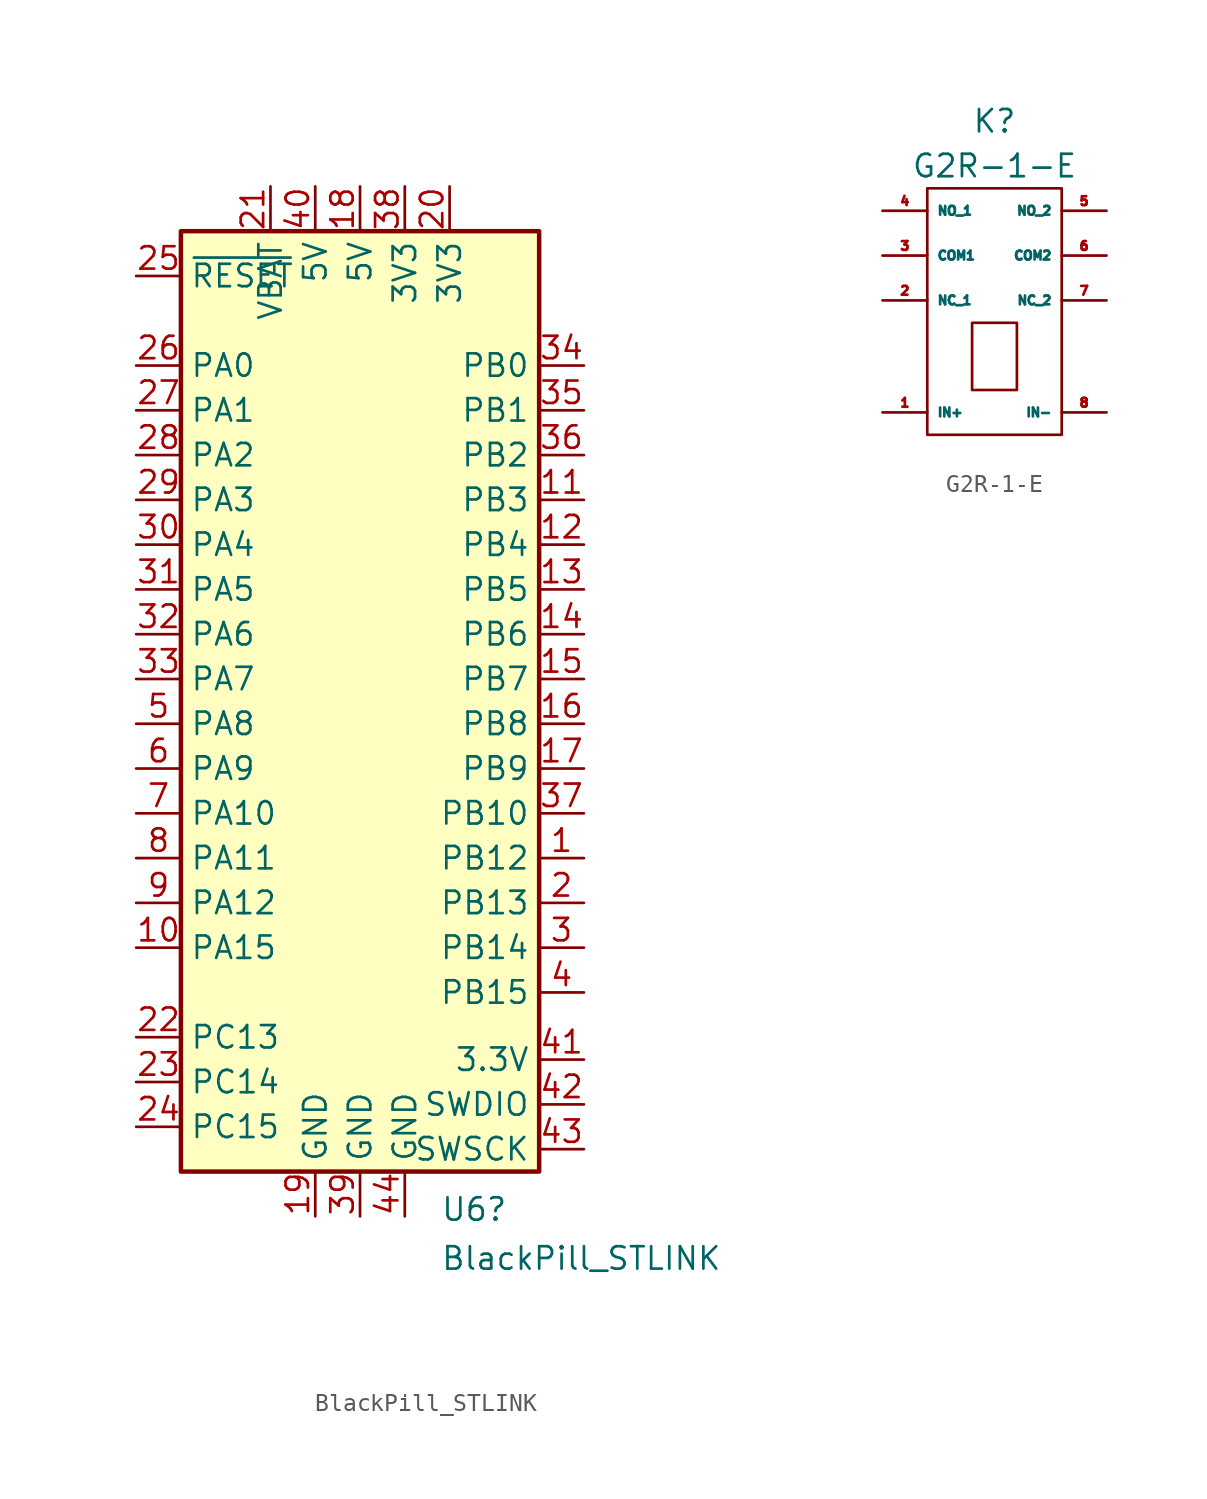
<source format=kicad_sym>
(kicad_symbol_lib
  (version 20211014)
  (generator kicad_symbol_editor)
  (symbol "BlackPill_STLINK"
    (property "Reference" "U6"
      (at 4.559 -27.549 0)
      (effects (font (size 1.27 1.27)) (justify left)))
    (property "Value" "BlackPill_STLINK"
      (at 4.559 -30.325 0)
      (effects (font (size 1.27 1.27)) (justify left)))
    (symbol "BlackPill_STLINK_0_1"
      (rectangle (start -10.16 27.94) (end 10.16 -25.4) (stroke (width 0.254) (type default) (color 0 0 0 0)) (fill (type background))))
    (symbol "BlackPill_STLINK_1_1"
      (pin bidirectional line (at 12.7 -7.62 180) (length 2.54) (name "PB12" (effects (font (size 1.27 1.27)))) (number "1" (effects (font (size 1.27 1.27)))))
      (pin bidirectional line (at -12.7 -12.7 0) (length 2.54) (name "PA15" (effects (font (size 1.27 1.27)))) (number "10" (effects (font (size 1.27 1.27)))))
      (pin bidirectional line (at 12.7 12.7 180) (length 2.54) (name "PB3" (effects (font (size 1.27 1.27)))) (number "11" (effects (font (size 1.27 1.27)))))
      (pin bidirectional line (at 12.7 10.16 180) (length 2.54) (name "PB4" (effects (font (size 1.27 1.27)))) (number "12" (effects (font (size 1.27 1.27)))))
      (pin bidirectional line (at 12.7 7.62 180) (length 2.54) (name "PB5" (effects (font (size 1.27 1.27)))) (number "13" (effects (font (size 1.27 1.27)))))
      (pin bidirectional line (at 12.7 5.08 180) (length 2.54) (name "PB6" (effects (font (size 1.27 1.27)))) (number "14" (effects (font (size 1.27 1.27)))))
      (pin bidirectional line (at 12.7 2.54 180) (length 2.54) (name "PB7" (effects (font (size 1.27 1.27)))) (number "15" (effects (font (size 1.27 1.27)))))
      (pin bidirectional line (at 12.7 0 180) (length 2.54) (name "PB8" (effects (font (size 1.27 1.27)))) (number "16" (effects (font (size 1.27 1.27)))))
      (pin bidirectional line (at 12.7 -2.54 180) (length 2.54) (name "PB9" (effects (font (size 1.27 1.27)))) (number "17" (effects (font (size 1.27 1.27)))))
      (pin power_in line (at 0 30.48 270) (length 2.54) (name "5V" (effects (font (size 1.27 1.27)))) (number "18" (effects (font (size 1.27 1.27)))))
      (pin power_in line (at -2.54 -27.94 90) (length 2.54) (name "GND" (effects (font (size 1.27 1.27)))) (number "19" (effects (font (size 1.27 1.27)))))
      (pin bidirectional line (at 12.7 -10.16 180) (length 2.54) (name "PB13" (effects (font (size 1.27 1.27)))) (number "2" (effects (font (size 1.27 1.27)))))
      (pin power_out line (at 5.08 30.48 270) (length 2.54) (name "3V3" (effects (font (size 1.27 1.27)))) (number "20" (effects (font (size 1.27 1.27)))))
      (pin power_in line (at -5.08 30.48 270) (length 2.54) (name "VBAT" (effects (font (size 1.27 1.27)))) (number "21" (effects (font (size 1.27 1.27)))))
      (pin bidirectional line (at -12.7 -17.78 0) (length 2.54) (name "PC13" (effects (font (size 1.27 1.27)))) (number "22" (effects (font (size 1.27 1.27)))))
      (pin bidirectional line (at -12.7 -20.32 0) (length 2.54) (name "PC14" (effects (font (size 1.27 1.27)))) (number "23" (effects (font (size 1.27 1.27)))))
      (pin bidirectional line (at -12.7 -22.86 0) (length 2.54) (name "PC15" (effects (font (size 1.27 1.27)))) (number "24" (effects (font (size 1.27 1.27)))))
      (pin input line (at -12.7 25.4 0) (length 2.54) (name "~{RESET}" (effects (font (size 1.27 1.27)))) (number "25" (effects (font (size 1.27 1.27)))))
      (pin bidirectional line (at -12.7 20.32 0) (length 2.54) (name "PA0" (effects (font (size 1.27 1.27)))) (number "26" (effects (font (size 1.27 1.27)))))
      (pin bidirectional line (at -12.7 17.78 0) (length 2.54) (name "PA1" (effects (font (size 1.27 1.27)))) (number "27" (effects (font (size 1.27 1.27)))))
      (pin bidirectional line (at -12.7 15.24 0) (length 2.54) (name "PA2" (effects (font (size 1.27 1.27)))) (number "28" (effects (font (size 1.27 1.27)))))
      (pin bidirectional line (at -12.7 12.7 0) (length 2.54) (name "PA3" (effects (font (size 1.27 1.27)))) (number "29" (effects (font (size 1.27 1.27)))))
      (pin bidirectional line (at 12.7 -12.7 180) (length 2.54) (name "PB14" (effects (font (size 1.27 1.27)))) (number "3" (effects (font (size 1.27 1.27)))))
      (pin bidirectional line (at -12.7 10.16 0) (length 2.54) (name "PA4" (effects (font (size 1.27 1.27)))) (number "30" (effects (font (size 1.27 1.27)))))
      (pin bidirectional line (at -12.7 7.62 0) (length 2.54) (name "PA5" (effects (font (size 1.27 1.27)))) (number "31" (effects (font (size 1.27 1.27)))))
      (pin bidirectional line (at -12.7 5.08 0) (length 2.54) (name "PA6" (effects (font (size 1.27 1.27)))) (number "32" (effects (font (size 1.27 1.27)))))
      (pin bidirectional line (at -12.7 2.54 0) (length 2.54) (name "PA7" (effects (font (size 1.27 1.27)))) (number "33" (effects (font (size 1.27 1.27)))))
      (pin bidirectional line (at 12.7 20.32 180) (length 2.54) (name "PB0" (effects (font (size 1.27 1.27)))) (number "34" (effects (font (size 1.27 1.27)))))
      (pin bidirectional line (at 12.7 17.78 180) (length 2.54) (name "PB1" (effects (font (size 1.27 1.27)))) (number "35" (effects (font (size 1.27 1.27)))))
      (pin bidirectional line (at 12.7 15.24 180) (length 2.54) (name "PB2" (effects (font (size 1.27 1.27)))) (number "36" (effects (font (size 1.27 1.27)))))
      (pin bidirectional line (at 12.7 -5.08 180) (length 2.54) (name "PB10" (effects (font (size 1.27 1.27)))) (number "37" (effects (font (size 1.27 1.27)))))
      (pin power_out line (at 2.54 30.48 270) (length 2.54) (name "3V3" (effects (font (size 1.27 1.27)))) (number "38" (effects (font (size 1.27 1.27)))))
      (pin power_in line (at 0 -27.94 90) (length 2.54) (name "GND" (effects (font (size 1.27 1.27)))) (number "39" (effects (font (size 1.27 1.27)))))
      (pin bidirectional line (at 12.7 -15.24 180) (length 2.54) (name "PB15" (effects (font (size 1.27 1.27)))) (number "4" (effects (font (size 1.27 1.27)))))
      (pin passive line (at -2.54 30.48 270) (length 2.54) (name "5V" (effects (font (size 1.27 1.27)))) (number "40" (effects (font (size 1.27 1.27)))))
      (pin power_in line (at 12.7 -19.05 180) (length 2.54) (name "3.3V" (effects (font (size 1.27 1.27)))) (number "41" (effects (font (size 1.27 1.27)))))
      (pin bidirectional line (at 12.7 -21.59 180) (length 2.54) (name "SWDIO" (effects (font (size 1.27 1.27)))) (number "42" (effects (font (size 1.27 1.27)))))
      (pin bidirectional line (at 12.7 -24.13 180) (length 2.54) (name "SWSCK" (effects (font (size 1.27 1.27)))) (number "43" (effects (font (size 1.27 1.27)))))
      (pin power_in line (at 2.54 -27.94 90) (length 2.54) (name "GND" (effects (font (size 1.27 1.27)))) (number "44" (effects (font (size 1.27 1.27)))))
      (pin bidirectional line (at -12.7 0 0) (length 2.54) (name "PA8" (effects (font (size 1.27 1.27)))) (number "5" (effects (font (size 1.27 1.27)))))
      (pin bidirectional line (at -12.7 -2.54 0) (length 2.54) (name "PA9" (effects (font (size 1.27 1.27)))) (number "6" (effects (font (size 1.27 1.27)))))
      (pin bidirectional line (at -12.7 -5.08 0) (length 2.54) (name "PA10" (effects (font (size 1.27 1.27)))) (number "7" (effects (font (size 1.27 1.27)))))
      (pin bidirectional line (at -12.7 -7.62 0) (length 2.54) (name "PA11" (effects (font (size 1.27 1.27)))) (number "8" (effects (font (size 1.27 1.27)))))
      (pin bidirectional line (at -12.7 -10.16 0) (length 2.54) (name "PA12" (effects (font (size 1.27 1.27)))) (number "9" (effects (font (size 1.27 1.27)))))))
  (symbol "G2R-1-E"
    (property "Reference" "K"
      (at 0 8.89 0)
      (effects (font (size 1.27 1.27))))
    (property "Value" "G2R-1-E"
      (at 0 6.35 0)
      (effects (font (size 1.27 1.27))))
    (symbol "G2R-1-E_0_1"
      (rectangle (start -3.81 5.08) (end 3.81 -8.89) (stroke (width 0) (type default) (color 0 0 0 0)) (fill (type none)))
      (rectangle (start -1.27 -2.54) (end 1.27 -6.35) (stroke (width 0) (type default) (color 0 0 0 0)) (fill (type none))))
    (symbol "G2R-1-E_1_1"
      (pin power_out line (at -6.35 -7.62 0) (length 2.54) (name "IN+" (effects (font (size 0.5 0.5)))) (number "1" (effects (font (size 0.5 0.5)))))
      (pin power_out line (at -6.35 -1.27 0) (length 2.54) (name "NC_1" (effects (font (size 0.5 0.5)))) (number "2" (effects (font (size 0.5 0.5)))))
      (pin power_out line (at -6.35 1.27 0) (length 2.54) (name "COM1" (effects (font (size 0.5 0.5)))) (number "3" (effects (font (size 0.5 0.5)))))
      (pin power_out line (at -6.35 3.81 0) (length 2.54) (name "NO_1" (effects (font (size 0.5 0.5)))) (number "4" (effects (font (size 0.5 0.5)))))
      (pin power_out line (at 6.35 3.81 180) (length 2.54) (name "NO_2" (effects (font (size 0.5 0.5)))) (number "5" (effects (font (size 0.5 0.5)))))
      (pin power_out line (at 6.35 1.27 180) (length 2.54) (name "COM2" (effects (font (size 0.5 0.5)))) (number "6" (effects (font (size 0.5 0.5)))))
      (pin power_out line (at 6.35 -1.27 180) (length 2.54) (name "NC_2" (effects (font (size 0.5 0.5)))) (number "7" (effects (font (size 0.5 0.5)))))
      (pin power_in line (at 6.35 -7.62 180) (length 2.54) (name "IN-" (effects (font (size 0.5 0.5)))) (number "8" (effects (font (size 0.5 0.5))))))))
</source>
